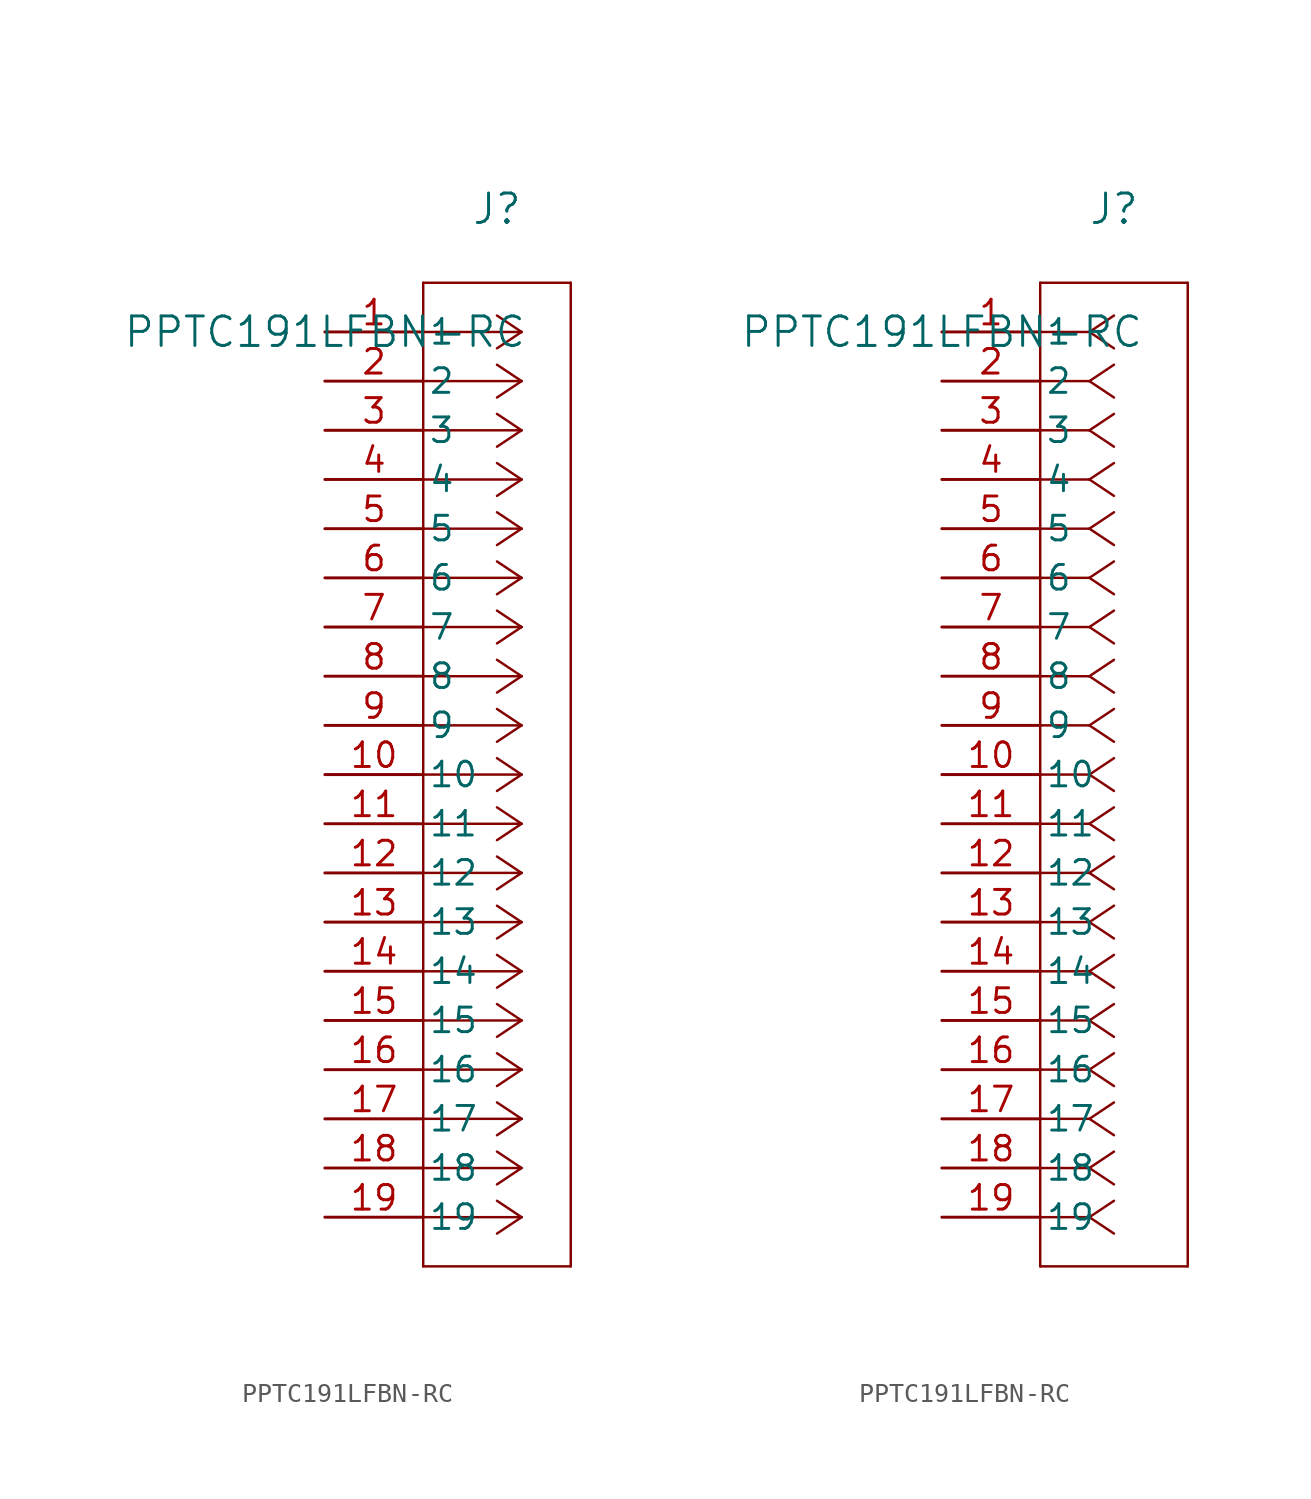
<source format=kicad_sym>
(kicad_symbol_lib
  (version 20211014)
  (generator kicad_symbol_editor)
  (symbol "PPTC191LFBN-RC"
    (pin_names
      (offset 0.254))
    (property "Reference" "J"
      (at 8.89 6.35 0)
      (effects (font (size 1.524 1.524))))
    (property "Value" "PPTC191LFBN-RC"
      (at 0 0 0)
      (effects (font (size 1.524 1.524))))
    (symbol "PPTC191LFBN-RC_1_1"
      (polyline (pts (xy 10.16 0) (xy 5.08 0)) (stroke (width 0.127) (type default) (color 0 0 0 0)) (fill (type none)))
      (polyline (pts (xy 10.16 -2.54) (xy 5.08 -2.54)) (stroke (width 0.127) (type default) (color 0 0 0 0)) (fill (type none)))
      (polyline (pts (xy 10.16 -5.08) (xy 5.08 -5.08)) (stroke (width 0.127) (type default) (color 0 0 0 0)) (fill (type none)))
      (polyline (pts (xy 10.16 -7.62) (xy 5.08 -7.62)) (stroke (width 0.127) (type default) (color 0 0 0 0)) (fill (type none)))
      (polyline (pts (xy 10.16 -10.16) (xy 5.08 -10.16)) (stroke (width 0.127) (type default) (color 0 0 0 0)) (fill (type none)))
      (polyline (pts (xy 10.16 -12.7) (xy 5.08 -12.7)) (stroke (width 0.127) (type default) (color 0 0 0 0)) (fill (type none)))
      (polyline (pts (xy 10.16 -15.24) (xy 5.08 -15.24)) (stroke (width 0.127) (type default) (color 0 0 0 0)) (fill (type none)))
      (polyline (pts (xy 10.16 -17.78) (xy 5.08 -17.78)) (stroke (width 0.127) (type default) (color 0 0 0 0)) (fill (type none)))
      (polyline (pts (xy 10.16 -20.32) (xy 5.08 -20.32)) (stroke (width 0.127) (type default) (color 0 0 0 0)) (fill (type none)))
      (polyline (pts (xy 10.16 -22.86) (xy 5.08 -22.86)) (stroke (width 0.127) (type default) (color 0 0 0 0)) (fill (type none)))
      (polyline (pts (xy 10.16 -25.4) (xy 5.08 -25.4)) (stroke (width 0.127) (type default) (color 0 0 0 0)) (fill (type none)))
      (polyline (pts (xy 10.16 -27.94) (xy 5.08 -27.94)) (stroke (width 0.127) (type default) (color 0 0 0 0)) (fill (type none)))
      (polyline (pts (xy 10.16 -30.48) (xy 5.08 -30.48)) (stroke (width 0.127) (type default) (color 0 0 0 0)) (fill (type none)))
      (polyline (pts (xy 10.16 -33.02) (xy 5.08 -33.02)) (stroke (width 0.127) (type default) (color 0 0 0 0)) (fill (type none)))
      (polyline (pts (xy 10.16 -35.56) (xy 5.08 -35.56)) (stroke (width 0.127) (type default) (color 0 0 0 0)) (fill (type none)))
      (polyline (pts (xy 10.16 -38.1) (xy 5.08 -38.1)) (stroke (width 0.127) (type default) (color 0 0 0 0)) (fill (type none)))
      (polyline (pts (xy 10.16 -40.64) (xy 5.08 -40.64)) (stroke (width 0.127) (type default) (color 0 0 0 0)) (fill (type none)))
      (polyline (pts (xy 10.16 -43.18) (xy 5.08 -43.18)) (stroke (width 0.127) (type default) (color 0 0 0 0)) (fill (type none)))
      (polyline (pts (xy 10.16 -45.72) (xy 5.08 -45.72)) (stroke (width 0.127) (type default) (color 0 0 0 0)) (fill (type none)))
      (polyline (pts (xy 10.16 0) (xy 8.89 0.847)) (stroke (width 0.127) (type default) (color 0 0 0 0)) (fill (type none)))
      (polyline (pts (xy 10.16 -2.54) (xy 8.89 -1.693)) (stroke (width 0.127) (type default) (color 0 0 0 0)) (fill (type none)))
      (polyline (pts (xy 10.16 -5.08) (xy 8.89 -4.233)) (stroke (width 0.127) (type default) (color 0 0 0 0)) (fill (type none)))
      (polyline (pts (xy 10.16 -7.62) (xy 8.89 -6.773)) (stroke (width 0.127) (type default) (color 0 0 0 0)) (fill (type none)))
      (polyline (pts (xy 10.16 -10.16) (xy 8.89 -9.313)) (stroke (width 0.127) (type default) (color 0 0 0 0)) (fill (type none)))
      (polyline (pts (xy 10.16 -12.7) (xy 8.89 -11.853)) (stroke (width 0.127) (type default) (color 0 0 0 0)) (fill (type none)))
      (polyline (pts (xy 10.16 -15.24) (xy 8.89 -14.393)) (stroke (width 0.127) (type default) (color 0 0 0 0)) (fill (type none)))
      (polyline (pts (xy 10.16 -17.78) (xy 8.89 -16.933)) (stroke (width 0.127) (type default) (color 0 0 0 0)) (fill (type none)))
      (polyline (pts (xy 10.16 -20.32) (xy 8.89 -19.473)) (stroke (width 0.127) (type default) (color 0 0 0 0)) (fill (type none)))
      (polyline (pts (xy 10.16 -22.86) (xy 8.89 -22.013)) (stroke (width 0.127) (type default) (color 0 0 0 0)) (fill (type none)))
      (polyline (pts (xy 10.16 -25.4) (xy 8.89 -24.553)) (stroke (width 0.127) (type default) (color 0 0 0 0)) (fill (type none)))
      (polyline (pts (xy 10.16 -27.94) (xy 8.89 -27.093)) (stroke (width 0.127) (type default) (color 0 0 0 0)) (fill (type none)))
      (polyline (pts (xy 10.16 -30.48) (xy 8.89 -29.633)) (stroke (width 0.127) (type default) (color 0 0 0 0)) (fill (type none)))
      (polyline (pts (xy 10.16 -33.02) (xy 8.89 -32.173)) (stroke (width 0.127) (type default) (color 0 0 0 0)) (fill (type none)))
      (polyline (pts (xy 10.16 -35.56) (xy 8.89 -34.713)) (stroke (width 0.127) (type default) (color 0 0 0 0)) (fill (type none)))
      (polyline (pts (xy 10.16 -38.1) (xy 8.89 -37.253)) (stroke (width 0.127) (type default) (color 0 0 0 0)) (fill (type none)))
      (polyline (pts (xy 10.16 -40.64) (xy 8.89 -39.793)) (stroke (width 0.127) (type default) (color 0 0 0 0)) (fill (type none)))
      (polyline (pts (xy 10.16 -43.18) (xy 8.89 -42.333)) (stroke (width 0.127) (type default) (color 0 0 0 0)) (fill (type none)))
      (polyline (pts (xy 10.16 -45.72) (xy 8.89 -44.873)) (stroke (width 0.127) (type default) (color 0 0 0 0)) (fill (type none)))
      (polyline (pts (xy 10.16 0) (xy 8.89 -0.847)) (stroke (width 0.127) (type default) (color 0 0 0 0)) (fill (type none)))
      (polyline (pts (xy 10.16 -2.54) (xy 8.89 -3.387)) (stroke (width 0.127) (type default) (color 0 0 0 0)) (fill (type none)))
      (polyline (pts (xy 10.16 -5.08) (xy 8.89 -5.927)) (stroke (width 0.127) (type default) (color 0 0 0 0)) (fill (type none)))
      (polyline (pts (xy 10.16 -7.62) (xy 8.89 -8.467)) (stroke (width 0.127) (type default) (color 0 0 0 0)) (fill (type none)))
      (polyline (pts (xy 10.16 -10.16) (xy 8.89 -11.007)) (stroke (width 0.127) (type default) (color 0 0 0 0)) (fill (type none)))
      (polyline (pts (xy 10.16 -12.7) (xy 8.89 -13.547)) (stroke (width 0.127) (type default) (color 0 0 0 0)) (fill (type none)))
      (polyline (pts (xy 10.16 -15.24) (xy 8.89 -16.087)) (stroke (width 0.127) (type default) (color 0 0 0 0)) (fill (type none)))
      (polyline (pts (xy 10.16 -17.78) (xy 8.89 -18.627)) (stroke (width 0.127) (type default) (color 0 0 0 0)) (fill (type none)))
      (polyline (pts (xy 10.16 -20.32) (xy 8.89 -21.167)) (stroke (width 0.127) (type default) (color 0 0 0 0)) (fill (type none)))
      (polyline (pts (xy 10.16 -22.86) (xy 8.89 -23.707)) (stroke (width 0.127) (type default) (color 0 0 0 0)) (fill (type none)))
      (polyline (pts (xy 10.16 -25.4) (xy 8.89 -26.247)) (stroke (width 0.127) (type default) (color 0 0 0 0)) (fill (type none)))
      (polyline (pts (xy 10.16 -27.94) (xy 8.89 -28.787)) (stroke (width 0.127) (type default) (color 0 0 0 0)) (fill (type none)))
      (polyline (pts (xy 10.16 -30.48) (xy 8.89 -31.327)) (stroke (width 0.127) (type default) (color 0 0 0 0)) (fill (type none)))
      (polyline (pts (xy 10.16 -33.02) (xy 8.89 -33.867)) (stroke (width 0.127) (type default) (color 0 0 0 0)) (fill (type none)))
      (polyline (pts (xy 10.16 -35.56) (xy 8.89 -36.407)) (stroke (width 0.127) (type default) (color 0 0 0 0)) (fill (type none)))
      (polyline (pts (xy 10.16 -38.1) (xy 8.89 -38.947)) (stroke (width 0.127) (type default) (color 0 0 0 0)) (fill (type none)))
      (polyline (pts (xy 10.16 -40.64) (xy 8.89 -41.487)) (stroke (width 0.127) (type default) (color 0 0 0 0)) (fill (type none)))
      (polyline (pts (xy 10.16 -43.18) (xy 8.89 -44.027)) (stroke (width 0.127) (type default) (color 0 0 0 0)) (fill (type none)))
      (polyline (pts (xy 10.16 -45.72) (xy 8.89 -46.567)) (stroke (width 0.127) (type default) (color 0 0 0 0)) (fill (type none)))
      (polyline (pts (xy 5.08 2.54) (xy 5.08 -48.26)) (stroke (width 0.127) (type default) (color 0 0 0 0)) (fill (type none)))
      (polyline (pts (xy 5.08 -48.26) (xy 12.7 -48.26)) (stroke (width 0.127) (type default) (color 0 0 0 0)) (fill (type none)))
      (polyline (pts (xy 12.7 -48.26) (xy 12.7 2.54)) (stroke (width 0.127) (type default) (color 0 0 0 0)) (fill (type none)))
      (polyline (pts (xy 12.7 2.54) (xy 5.08 2.54)) (stroke (width 0.127) (type default) (color 0 0 0 0)) (fill (type none)))
      (pin unspecified line (at 0 0 0) (length 5.08) (name "1" (effects (font (size 1.27 1.27)))) (number "1" (effects (font (size 1.27 1.27)))))
      (pin unspecified line (at 0 -2.54 0) (length 5.08) (name "2" (effects (font (size 1.27 1.27)))) (number "2" (effects (font (size 1.27 1.27)))))
      (pin unspecified line (at 0 -5.08 0) (length 5.08) (name "3" (effects (font (size 1.27 1.27)))) (number "3" (effects (font (size 1.27 1.27)))))
      (pin unspecified line (at 0 -7.62 0) (length 5.08) (name "4" (effects (font (size 1.27 1.27)))) (number "4" (effects (font (size 1.27 1.27)))))
      (pin unspecified line (at 0 -10.16 0) (length 5.08) (name "5" (effects (font (size 1.27 1.27)))) (number "5" (effects (font (size 1.27 1.27)))))
      (pin unspecified line (at 0 -12.7 0) (length 5.08) (name "6" (effects (font (size 1.27 1.27)))) (number "6" (effects (font (size 1.27 1.27)))))
      (pin unspecified line (at 0 -15.24 0) (length 5.08) (name "7" (effects (font (size 1.27 1.27)))) (number "7" (effects (font (size 1.27 1.27)))))
      (pin unspecified line (at 0 -17.78 0) (length 5.08) (name "8" (effects (font (size 1.27 1.27)))) (number "8" (effects (font (size 1.27 1.27)))))
      (pin unspecified line (at 0 -20.32 0) (length 5.08) (name "9" (effects (font (size 1.27 1.27)))) (number "9" (effects (font (size 1.27 1.27)))))
      (pin unspecified line (at 0 -22.86 0) (length 5.08) (name "10" (effects (font (size 1.27 1.27)))) (number "10" (effects (font (size 1.27 1.27)))))
      (pin unspecified line (at 0 -25.4 0) (length 5.08) (name "11" (effects (font (size 1.27 1.27)))) (number "11" (effects (font (size 1.27 1.27)))))
      (pin unspecified line (at 0 -27.94 0) (length 5.08) (name "12" (effects (font (size 1.27 1.27)))) (number "12" (effects (font (size 1.27 1.27)))))
      (pin unspecified line (at 0 -30.48 0) (length 5.08) (name "13" (effects (font (size 1.27 1.27)))) (number "13" (effects (font (size 1.27 1.27)))))
      (pin unspecified line (at 0 -33.02 0) (length 5.08) (name "14" (effects (font (size 1.27 1.27)))) (number "14" (effects (font (size 1.27 1.27)))))
      (pin unspecified line (at 0 -35.56 0) (length 5.08) (name "15" (effects (font (size 1.27 1.27)))) (number "15" (effects (font (size 1.27 1.27)))))
      (pin unspecified line (at 0 -38.1 0) (length 5.08) (name "16" (effects (font (size 1.27 1.27)))) (number "16" (effects (font (size 1.27 1.27)))))
      (pin unspecified line (at 0 -40.64 0) (length 5.08) (name "17" (effects (font (size 1.27 1.27)))) (number "17" (effects (font (size 1.27 1.27)))))
      (pin unspecified line (at 0 -43.18 0) (length 5.08) (name "18" (effects (font (size 1.27 1.27)))) (number "18" (effects (font (size 1.27 1.27)))))
      (pin unspecified line (at 0 -45.72 0) (length 5.08) (name "19" (effects (font (size 1.27 1.27)))) (number "19" (effects (font (size 1.27 1.27))))))
    (symbol "PPTC191LFBN-RC_1_2"
      (polyline (pts (xy 7.62 0) (xy 5.08 0)) (stroke (width 0.127) (type default) (color 0 0 0 0)) (fill (type none)))
      (polyline (pts (xy 7.62 -2.54) (xy 5.08 -2.54)) (stroke (width 0.127) (type default) (color 0 0 0 0)) (fill (type none)))
      (polyline (pts (xy 7.62 -5.08) (xy 5.08 -5.08)) (stroke (width 0.127) (type default) (color 0 0 0 0)) (fill (type none)))
      (polyline (pts (xy 7.62 -7.62) (xy 5.08 -7.62)) (stroke (width 0.127) (type default) (color 0 0 0 0)) (fill (type none)))
      (polyline (pts (xy 7.62 -10.16) (xy 5.08 -10.16)) (stroke (width 0.127) (type default) (color 0 0 0 0)) (fill (type none)))
      (polyline (pts (xy 7.62 -12.7) (xy 5.08 -12.7)) (stroke (width 0.127) (type default) (color 0 0 0 0)) (fill (type none)))
      (polyline (pts (xy 7.62 -15.24) (xy 5.08 -15.24)) (stroke (width 0.127) (type default) (color 0 0 0 0)) (fill (type none)))
      (polyline (pts (xy 7.62 -17.78) (xy 5.08 -17.78)) (stroke (width 0.127) (type default) (color 0 0 0 0)) (fill (type none)))
      (polyline (pts (xy 7.62 -20.32) (xy 5.08 -20.32)) (stroke (width 0.127) (type default) (color 0 0 0 0)) (fill (type none)))
      (polyline (pts (xy 7.62 -22.86) (xy 5.08 -22.86)) (stroke (width 0.127) (type default) (color 0 0 0 0)) (fill (type none)))
      (polyline (pts (xy 7.62 -25.4) (xy 5.08 -25.4)) (stroke (width 0.127) (type default) (color 0 0 0 0)) (fill (type none)))
      (polyline (pts (xy 7.62 -27.94) (xy 5.08 -27.94)) (stroke (width 0.127) (type default) (color 0 0 0 0)) (fill (type none)))
      (polyline (pts (xy 7.62 -30.48) (xy 5.08 -30.48)) (stroke (width 0.127) (type default) (color 0 0 0 0)) (fill (type none)))
      (polyline (pts (xy 7.62 -33.02) (xy 5.08 -33.02)) (stroke (width 0.127) (type default) (color 0 0 0 0)) (fill (type none)))
      (polyline (pts (xy 7.62 -35.56) (xy 5.08 -35.56)) (stroke (width 0.127) (type default) (color 0 0 0 0)) (fill (type none)))
      (polyline (pts (xy 7.62 -38.1) (xy 5.08 -38.1)) (stroke (width 0.127) (type default) (color 0 0 0 0)) (fill (type none)))
      (polyline (pts (xy 7.62 -40.64) (xy 5.08 -40.64)) (stroke (width 0.127) (type default) (color 0 0 0 0)) (fill (type none)))
      (polyline (pts (xy 7.62 -43.18) (xy 5.08 -43.18)) (stroke (width 0.127) (type default) (color 0 0 0 0)) (fill (type none)))
      (polyline (pts (xy 7.62 -45.72) (xy 5.08 -45.72)) (stroke (width 0.127) (type default) (color 0 0 0 0)) (fill (type none)))
      (polyline (pts (xy 7.62 0) (xy 8.89 0.847)) (stroke (width 0.127) (type default) (color 0 0 0 0)) (fill (type none)))
      (polyline (pts (xy 7.62 -2.54) (xy 8.89 -1.693)) (stroke (width 0.127) (type default) (color 0 0 0 0)) (fill (type none)))
      (polyline (pts (xy 7.62 -5.08) (xy 8.89 -4.233)) (stroke (width 0.127) (type default) (color 0 0 0 0)) (fill (type none)))
      (polyline (pts (xy 7.62 -7.62) (xy 8.89 -6.773)) (stroke (width 0.127) (type default) (color 0 0 0 0)) (fill (type none)))
      (polyline (pts (xy 7.62 -10.16) (xy 8.89 -9.313)) (stroke (width 0.127) (type default) (color 0 0 0 0)) (fill (type none)))
      (polyline (pts (xy 7.62 -12.7) (xy 8.89 -11.853)) (stroke (width 0.127) (type default) (color 0 0 0 0)) (fill (type none)))
      (polyline (pts (xy 7.62 -15.24) (xy 8.89 -14.393)) (stroke (width 0.127) (type default) (color 0 0 0 0)) (fill (type none)))
      (polyline (pts (xy 7.62 -17.78) (xy 8.89 -16.933)) (stroke (width 0.127) (type default) (color 0 0 0 0)) (fill (type none)))
      (polyline (pts (xy 7.62 -20.32) (xy 8.89 -19.473)) (stroke (width 0.127) (type default) (color 0 0 0 0)) (fill (type none)))
      (polyline (pts (xy 7.62 -22.86) (xy 8.89 -22.013)) (stroke (width 0.127) (type default) (color 0 0 0 0)) (fill (type none)))
      (polyline (pts (xy 7.62 -25.4) (xy 8.89 -24.553)) (stroke (width 0.127) (type default) (color 0 0 0 0)) (fill (type none)))
      (polyline (pts (xy 7.62 -27.94) (xy 8.89 -27.093)) (stroke (width 0.127) (type default) (color 0 0 0 0)) (fill (type none)))
      (polyline (pts (xy 7.62 -30.48) (xy 8.89 -29.633)) (stroke (width 0.127) (type default) (color 0 0 0 0)) (fill (type none)))
      (polyline (pts (xy 7.62 -33.02) (xy 8.89 -32.173)) (stroke (width 0.127) (type default) (color 0 0 0 0)) (fill (type none)))
      (polyline (pts (xy 7.62 -35.56) (xy 8.89 -34.713)) (stroke (width 0.127) (type default) (color 0 0 0 0)) (fill (type none)))
      (polyline (pts (xy 7.62 -38.1) (xy 8.89 -37.253)) (stroke (width 0.127) (type default) (color 0 0 0 0)) (fill (type none)))
      (polyline (pts (xy 7.62 -40.64) (xy 8.89 -39.793)) (stroke (width 0.127) (type default) (color 0 0 0 0)) (fill (type none)))
      (polyline (pts (xy 7.62 -43.18) (xy 8.89 -42.333)) (stroke (width 0.127) (type default) (color 0 0 0 0)) (fill (type none)))
      (polyline (pts (xy 7.62 -45.72) (xy 8.89 -44.873)) (stroke (width 0.127) (type default) (color 0 0 0 0)) (fill (type none)))
      (polyline (pts (xy 7.62 0) (xy 8.89 -0.847)) (stroke (width 0.127) (type default) (color 0 0 0 0)) (fill (type none)))
      (polyline (pts (xy 7.62 -2.54) (xy 8.89 -3.387)) (stroke (width 0.127) (type default) (color 0 0 0 0)) (fill (type none)))
      (polyline (pts (xy 7.62 -5.08) (xy 8.89 -5.927)) (stroke (width 0.127) (type default) (color 0 0 0 0)) (fill (type none)))
      (polyline (pts (xy 7.62 -7.62) (xy 8.89 -8.467)) (stroke (width 0.127) (type default) (color 0 0 0 0)) (fill (type none)))
      (polyline (pts (xy 7.62 -10.16) (xy 8.89 -11.007)) (stroke (width 0.127) (type default) (color 0 0 0 0)) (fill (type none)))
      (polyline (pts (xy 7.62 -12.7) (xy 8.89 -13.547)) (stroke (width 0.127) (type default) (color 0 0 0 0)) (fill (type none)))
      (polyline (pts (xy 7.62 -15.24) (xy 8.89 -16.087)) (stroke (width 0.127) (type default) (color 0 0 0 0)) (fill (type none)))
      (polyline (pts (xy 7.62 -17.78) (xy 8.89 -18.627)) (stroke (width 0.127) (type default) (color 0 0 0 0)) (fill (type none)))
      (polyline (pts (xy 7.62 -20.32) (xy 8.89 -21.167)) (stroke (width 0.127) (type default) (color 0 0 0 0)) (fill (type none)))
      (polyline (pts (xy 7.62 -22.86) (xy 8.89 -23.707)) (stroke (width 0.127) (type default) (color 0 0 0 0)) (fill (type none)))
      (polyline (pts (xy 7.62 -25.4) (xy 8.89 -26.247)) (stroke (width 0.127) (type default) (color 0 0 0 0)) (fill (type none)))
      (polyline (pts (xy 7.62 -27.94) (xy 8.89 -28.787)) (stroke (width 0.127) (type default) (color 0 0 0 0)) (fill (type none)))
      (polyline (pts (xy 7.62 -30.48) (xy 8.89 -31.327)) (stroke (width 0.127) (type default) (color 0 0 0 0)) (fill (type none)))
      (polyline (pts (xy 7.62 -33.02) (xy 8.89 -33.867)) (stroke (width 0.127) (type default) (color 0 0 0 0)) (fill (type none)))
      (polyline (pts (xy 7.62 -35.56) (xy 8.89 -36.407)) (stroke (width 0.127) (type default) (color 0 0 0 0)) (fill (type none)))
      (polyline (pts (xy 7.62 -38.1) (xy 8.89 -38.947)) (stroke (width 0.127) (type default) (color 0 0 0 0)) (fill (type none)))
      (polyline (pts (xy 7.62 -40.64) (xy 8.89 -41.487)) (stroke (width 0.127) (type default) (color 0 0 0 0)) (fill (type none)))
      (polyline (pts (xy 7.62 -43.18) (xy 8.89 -44.027)) (stroke (width 0.127) (type default) (color 0 0 0 0)) (fill (type none)))
      (polyline (pts (xy 7.62 -45.72) (xy 8.89 -46.567)) (stroke (width 0.127) (type default) (color 0 0 0 0)) (fill (type none)))
      (polyline (pts (xy 5.08 2.54) (xy 5.08 -48.26)) (stroke (width 0.127) (type default) (color 0 0 0 0)) (fill (type none)))
      (polyline (pts (xy 5.08 -48.26) (xy 12.7 -48.26)) (stroke (width 0.127) (type default) (color 0 0 0 0)) (fill (type none)))
      (polyline (pts (xy 12.7 -48.26) (xy 12.7 2.54)) (stroke (width 0.127) (type default) (color 0 0 0 0)) (fill (type none)))
      (polyline (pts (xy 12.7 2.54) (xy 5.08 2.54)) (stroke (width 0.127) (type default) (color 0 0 0 0)) (fill (type none)))
      (pin unspecified line (at 0 0 0) (length 5.08) (name "1" (effects (font (size 1.27 1.27)))) (number "1" (effects (font (size 1.27 1.27)))))
      (pin unspecified line (at 0 -2.54 0) (length 5.08) (name "2" (effects (font (size 1.27 1.27)))) (number "2" (effects (font (size 1.27 1.27)))))
      (pin unspecified line (at 0 -5.08 0) (length 5.08) (name "3" (effects (font (size 1.27 1.27)))) (number "3" (effects (font (size 1.27 1.27)))))
      (pin unspecified line (at 0 -7.62 0) (length 5.08) (name "4" (effects (font (size 1.27 1.27)))) (number "4" (effects (font (size 1.27 1.27)))))
      (pin unspecified line (at 0 -10.16 0) (length 5.08) (name "5" (effects (font (size 1.27 1.27)))) (number "5" (effects (font (size 1.27 1.27)))))
      (pin unspecified line (at 0 -12.7 0) (length 5.08) (name "6" (effects (font (size 1.27 1.27)))) (number "6" (effects (font (size 1.27 1.27)))))
      (pin unspecified line (at 0 -15.24 0) (length 5.08) (name "7" (effects (font (size 1.27 1.27)))) (number "7" (effects (font (size 1.27 1.27)))))
      (pin unspecified line (at 0 -17.78 0) (length 5.08) (name "8" (effects (font (size 1.27 1.27)))) (number "8" (effects (font (size 1.27 1.27)))))
      (pin unspecified line (at 0 -20.32 0) (length 5.08) (name "9" (effects (font (size 1.27 1.27)))) (number "9" (effects (font (size 1.27 1.27)))))
      (pin unspecified line (at 0 -22.86 0) (length 5.08) (name "10" (effects (font (size 1.27 1.27)))) (number "10" (effects (font (size 1.27 1.27)))))
      (pin unspecified line (at 0 -25.4 0) (length 5.08) (name "11" (effects (font (size 1.27 1.27)))) (number "11" (effects (font (size 1.27 1.27)))))
      (pin unspecified line (at 0 -27.94 0) (length 5.08) (name "12" (effects (font (size 1.27 1.27)))) (number "12" (effects (font (size 1.27 1.27)))))
      (pin unspecified line (at 0 -30.48 0) (length 5.08) (name "13" (effects (font (size 1.27 1.27)))) (number "13" (effects (font (size 1.27 1.27)))))
      (pin unspecified line (at 0 -33.02 0) (length 5.08) (name "14" (effects (font (size 1.27 1.27)))) (number "14" (effects (font (size 1.27 1.27)))))
      (pin unspecified line (at 0 -35.56 0) (length 5.08) (name "15" (effects (font (size 1.27 1.27)))) (number "15" (effects (font (size 1.27 1.27)))))
      (pin unspecified line (at 0 -38.1 0) (length 5.08) (name "16" (effects (font (size 1.27 1.27)))) (number "16" (effects (font (size 1.27 1.27)))))
      (pin unspecified line (at 0 -40.64 0) (length 5.08) (name "17" (effects (font (size 1.27 1.27)))) (number "17" (effects (font (size 1.27 1.27)))))
      (pin unspecified line (at 0 -43.18 0) (length 5.08) (name "18" (effects (font (size 1.27 1.27)))) (number "18" (effects (font (size 1.27 1.27)))))
      (pin unspecified line (at 0 -45.72 0) (length 5.08) (name "19" (effects (font (size 1.27 1.27)))) (number "19" (effects (font (size 1.27 1.27))))))))
</source>
